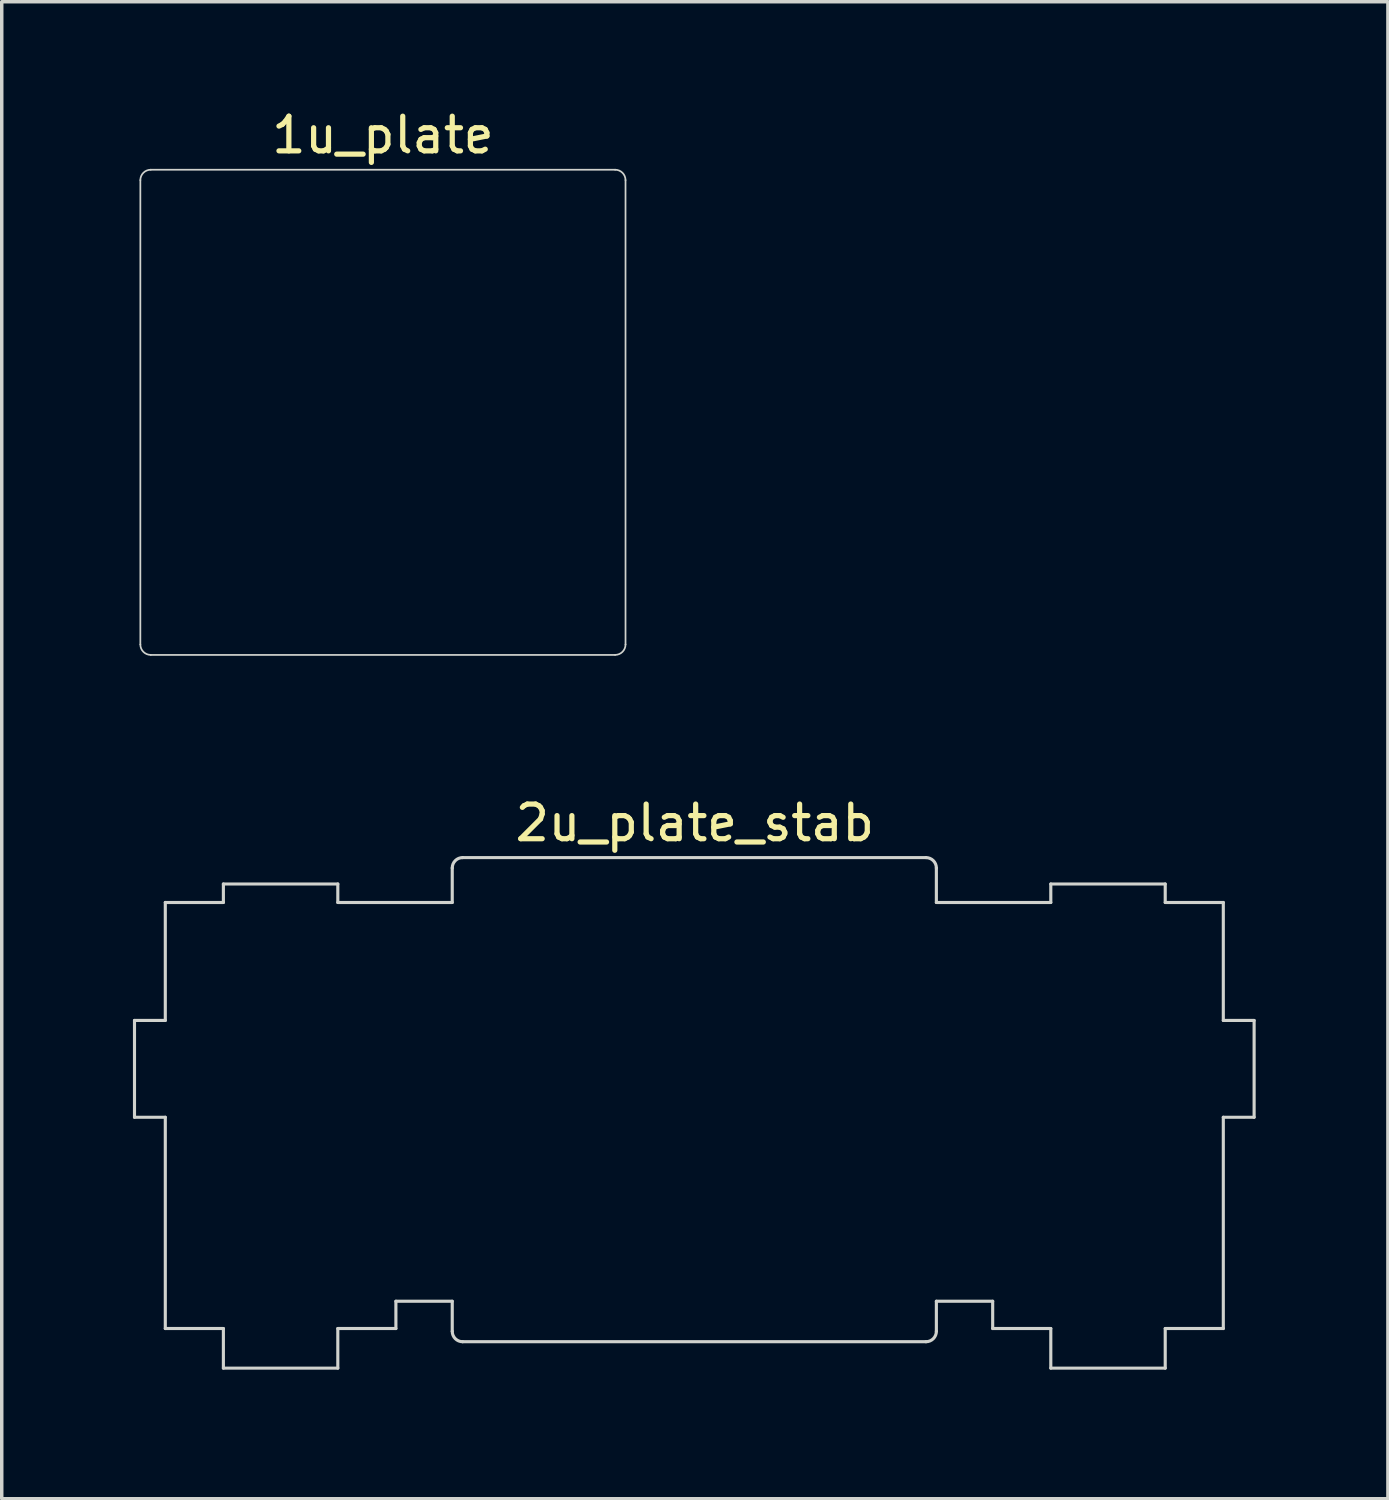
<source format=kicad_pcb>
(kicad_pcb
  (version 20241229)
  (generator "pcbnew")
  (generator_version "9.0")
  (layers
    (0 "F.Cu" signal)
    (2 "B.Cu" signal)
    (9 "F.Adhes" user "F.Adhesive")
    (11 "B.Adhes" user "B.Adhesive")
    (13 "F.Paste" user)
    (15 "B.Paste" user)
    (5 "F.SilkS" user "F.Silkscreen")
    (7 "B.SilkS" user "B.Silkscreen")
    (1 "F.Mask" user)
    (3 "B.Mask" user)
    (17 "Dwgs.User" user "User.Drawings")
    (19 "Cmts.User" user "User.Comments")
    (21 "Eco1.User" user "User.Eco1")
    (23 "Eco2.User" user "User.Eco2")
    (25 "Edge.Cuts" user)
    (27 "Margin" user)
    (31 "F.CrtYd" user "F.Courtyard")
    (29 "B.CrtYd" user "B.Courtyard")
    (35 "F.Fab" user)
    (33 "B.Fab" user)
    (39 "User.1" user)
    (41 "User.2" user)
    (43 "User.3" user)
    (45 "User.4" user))
  (footprint "1u_plate"
    (layer "F.Cu")
    (at 8 8.848)
    (property "Reference" "1u_plate" (at 0 -8 0) (unlocked yes) (layer "F.SilkS") (effects (font (size 1 1) (thickness 0.15))))
    (attr smd)
    (fp_poly (pts (arc (start 7.7 8) (mid 7.912132 7.912132) (end 8 7.7)) (arc (start 8 -7.7) (mid 7.912132 -7.912132) (end 7.7 -8)) (arc (start -7.7 -8) (mid -7.912132 -7.912132) (end -8 -7.7)) (arc (start -8 7.7) (mid -7.912132 7.912132) (end -7.7 8))) (stroke (width 0) (type solid)) (fill yes) (layer "F.Mask"))
    (fp_poly (pts (arc (start -8 7.7) (mid -7.912132 7.912132) (end -7.7 8)) (arc (start 7.7 8) (mid 7.912132 7.912132) (end 8 7.7)) (arc (start 8 -7.7) (mid 7.912132 -7.912132) (end 7.7 -8)) (arc (start -7.7 -8) (mid -7.912132 -7.912132) (end -8 -7.7))) (stroke (width 0) (type solid)) (fill yes) (layer "B.Mask"))
    (fp_line (start -7 6.7) (end -7 -6.7) (stroke (width 0.05) (type default)) (layer "Edge.Cuts"))
    (fp_line (start -6.7 -7) (end 6.7 -7) (stroke (width 0.05) (type default)) (layer "Edge.Cuts"))
    (fp_line (start 6.7 7) (end -6.7 7) (stroke (width 0.05) (type default)) (layer "Edge.Cuts"))
    (fp_line (start 7 -6.7) (end 7 6.7) (stroke (width 0.05) (type default)) (layer "Edge.Cuts"))
    (fp_arc (start -7 -6.7) (mid -6.912132 -6.912132) (end -6.7 -7) (stroke (width 0.05) (type default)) (layer "Edge.Cuts"))
    (fp_arc (start -6.7 7) (mid -6.912132 6.912132) (end -7 6.7) (stroke (width 0.05) (type default)) (layer "Edge.Cuts"))
    (fp_arc (start 6.7 -7) (mid 6.912132 -6.912132) (end 7 -6.7) (stroke (width 0.05) (type default)) (layer "Edge.Cuts"))
    (fp_arc (start 7 6.7) (mid 6.912132 6.912132) (end 6.7 7) (stroke (width 0.05) (type default)) (layer "Edge.Cuts")))
  (footprint "2u_plate_stab"
    (layer "F.Cu")
    (at 17 28.697)
    (property "Reference" "2u_plate_stab" (at 0 -8 0) (unlocked yes) (layer "F.SilkS") (effects (font (size 1 1) (thickness 0.15))))
    (attr smd)
    (fp_poly (pts (arc (start 16.7 8.5) (mid 16.912132 8.412132) (end 17 8.2)) (arc (start 17 -7.7) (mid 16.912132 -7.912132) (end 16.7 -8)) (arc (start -16.7 -8) (mid -16.912132 -7.912132) (end -17 -7.7)) (arc (start -17 8.2) (mid -16.912132 8.412132) (end -16.7 8.5))) (stroke (width 0) (type solid)) (fill yes) (layer "F.Mask"))
    (fp_poly (pts (arc (start 17 -7.7) (mid 16.912132 -7.912132) (end 16.7 -8)) (arc (start -16.7 -8) (mid -16.912132 -7.912132) (end -17 -7.7)) (arc (start -17 8.2) (mid -16.912132 8.412132) (end -16.7 8.5)) (arc (start 16.7 8.5) (mid 16.912132 8.412132) (end 17 8.2))) (stroke (width 0) (type solid)) (fill yes) (layer "B.Mask"))
    (fp_line (start -16.169 -2.301) (end -15.28 -2.301) (stroke (width 0.09) (type default)) (layer "Edge.Cuts"))
    (fp_line (start -16.169 0.493) (end -16.169 -2.301) (stroke (width 0.09) (type default)) (layer "Edge.Cuts"))
    (fp_line (start -15.28 -5.705) (end -13.604 -5.705) (stroke (width 0.09) (type default)) (layer "Edge.Cuts"))
    (fp_line (start -15.28 -2.301) (end -15.28 -5.705) (stroke (width 0.09) (type default)) (layer "Edge.Cuts"))
    (fp_line (start -15.28 0.493) (end -16.169 0.493) (stroke (width 0.09) (type default)) (layer "Edge.Cuts"))
    (fp_line (start -15.28 6.589) (end -15.28 0.493) (stroke (width 0.09) (type default)) (layer "Edge.Cuts"))
    (fp_line (start -13.604 -6.238) (end -10.302 -6.238) (stroke (width 0.09) (type default)) (layer "Edge.Cuts"))
    (fp_line (start -13.604 -5.705) (end -13.604 -6.238) (stroke (width 0.09) (type default)) (layer "Edge.Cuts"))
    (fp_line (start -13.604 6.589) (end -15.28 6.589) (stroke (width 0.09) (type default)) (layer "Edge.Cuts"))
    (fp_line (start -13.604 7.732) (end -13.604 6.589) (stroke (width 0.09) (type default)) (layer "Edge.Cuts"))
    (fp_line (start -10.302 -6.238) (end -10.302 -5.705) (stroke (width 0.09) (type default)) (layer "Edge.Cuts"))
    (fp_line (start -10.302 -5.705) (end -7 -5.705) (stroke (width 0.09) (type default)) (layer "Edge.Cuts"))
    (fp_line (start -10.302 6.589) (end -10.302 7.732) (stroke (width 0.09) (type default)) (layer "Edge.Cuts"))
    (fp_line (start -10.302 7.732) (end -13.604 7.732) (stroke (width 0.09) (type default)) (layer "Edge.Cuts"))
    (fp_line (start -8.626 5.802) (end -8.626 6.589) (stroke (width 0.09) (type default)) (layer "Edge.Cuts"))
    (fp_line (start -8.626 6.589) (end -10.302 6.589) (stroke (width 0.09) (type default)) (layer "Edge.Cuts"))
    (fp_line (start -7 -5.705) (end -7 -6.7) (stroke (width 0.09) (type default)) (layer "Edge.Cuts"))
    (fp_line (start -7 5.802) (end -8.626 5.802) (stroke (width 0.09) (type default)) (layer "Edge.Cuts"))
    (fp_line (start -7 6.67) (end -7 5.802) (stroke (width 0.09) (type default)) (layer "Edge.Cuts"))
    (fp_line (start -6.7 -7) (end 6.67 -7) (stroke (width 0.09) (type default)) (layer "Edge.Cuts"))
    (fp_line (start 6.67 6.97) (end -6.7 6.97) (stroke (width 0.09) (type default)) (layer "Edge.Cuts"))
    (fp_line (start 6.97 -6.7) (end 6.97 -5.705) (stroke (width 0.09) (type default)) (layer "Edge.Cuts"))
    (fp_line (start 6.97 -5.705) (end 10.272 -5.705) (stroke (width 0.09) (type default)) (layer "Edge.Cuts"))
    (fp_line (start 6.97 5.802) (end 6.97 6.67) (stroke (width 0.09) (type default)) (layer "Edge.Cuts"))
    (fp_line (start 8.595 5.802) (end 6.97 5.802) (stroke (width 0.09) (type default)) (layer "Edge.Cuts"))
    (fp_line (start 8.595 6.589) (end 8.595 5.802) (stroke (width 0.09) (type default)) (layer "Edge.Cuts"))
    (fp_line (start 10.272 -6.238) (end 13.574 -6.238) (stroke (width 0.09) (type default)) (layer "Edge.Cuts"))
    (fp_line (start 10.272 -5.705) (end 10.272 -6.238) (stroke (width 0.09) (type default)) (layer "Edge.Cuts"))
    (fp_line (start 10.272 6.589) (end 8.595 6.589) (stroke (width 0.09) (type default)) (layer "Edge.Cuts"))
    (fp_line (start 10.272 7.732) (end 10.272 6.589) (stroke (width 0.09) (type default)) (layer "Edge.Cuts"))
    (fp_line (start 13.574 -6.238) (end 13.574 -5.705) (stroke (width 0.09) (type default)) (layer "Edge.Cuts"))
    (fp_line (start 13.574 -5.705) (end 15.25 -5.705) (stroke (width 0.09) (type default)) (layer "Edge.Cuts"))
    (fp_line (start 13.574 6.589) (end 13.574 7.732) (stroke (width 0.09) (type default)) (layer "Edge.Cuts"))
    (fp_line (start 13.574 7.732) (end 10.272 7.732) (stroke (width 0.09) (type default)) (layer "Edge.Cuts"))
    (fp_line (start 15.25 -5.705) (end 15.25 -2.301) (stroke (width 0.09) (type default)) (layer "Edge.Cuts"))
    (fp_line (start 15.25 -2.301) (end 16.139 -2.301) (stroke (width 0.09) (type default)) (layer "Edge.Cuts"))
    (fp_line (start 15.25 0.493) (end 15.25 6.589) (stroke (width 0.09) (type default)) (layer "Edge.Cuts"))
    (fp_line (start 15.25 6.589) (end 13.574 6.589) (stroke (width 0.09) (type default)) (layer "Edge.Cuts"))
    (fp_line (start 16.139 -2.301) (end 16.139 0.493) (stroke (width 0.09) (type default)) (layer "Edge.Cuts"))
    (fp_line (start 16.139 0.493) (end 15.25 0.493) (stroke (width 0.09) (type default)) (layer "Edge.Cuts"))
    (fp_arc (start -7 -6.7) (mid -6.912132 -6.912132) (end -6.7 -7) (stroke (width 0.09) (type default)) (layer "Edge.Cuts"))
    (fp_arc (start -6.7 6.97) (mid -6.912132 6.882132) (end -7 6.67) (stroke (width 0.09) (type default)) (layer "Edge.Cuts"))
    (fp_arc (start 6.6699 -7) (mid 6.882032 -6.912132) (end 6.9699 -6.7) (stroke (width 0.09) (type default)) (layer "Edge.Cuts"))
    (fp_arc (start 6.9699 6.67) (mid 6.882032 6.882132) (end 6.6699 6.97) (stroke (width 0.09) (type default)) (layer "Edge.Cuts")))
  (gr_rect
    (start -3 -3)
    (end 37 40.197)
    (stroke (width 0.1) (type default))
    (fill no)
    (layer "Edge.Cuts")))
</source>
